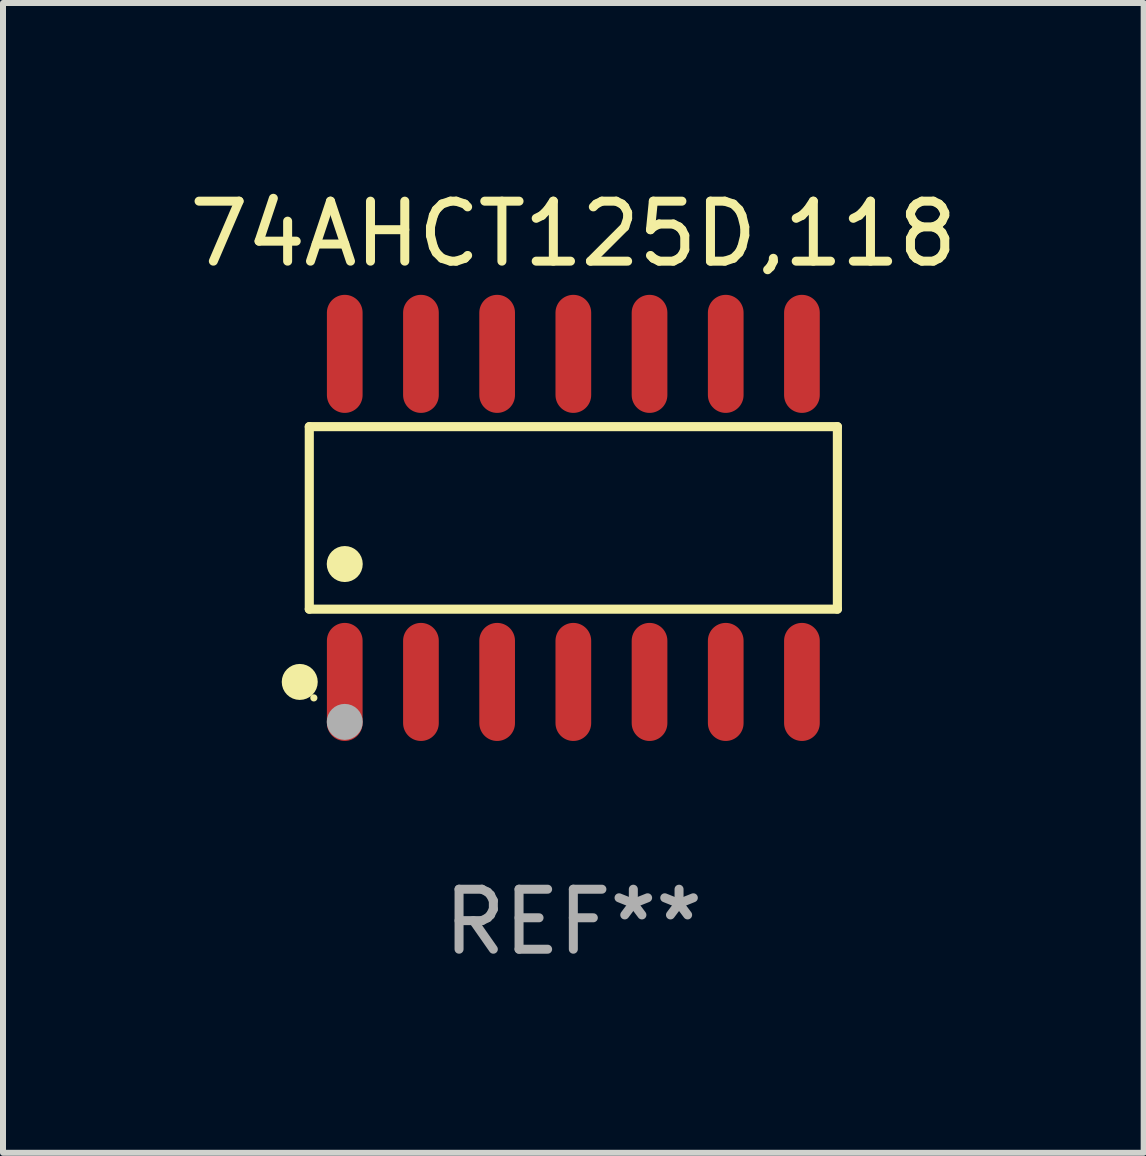
<source format=kicad_pcb>
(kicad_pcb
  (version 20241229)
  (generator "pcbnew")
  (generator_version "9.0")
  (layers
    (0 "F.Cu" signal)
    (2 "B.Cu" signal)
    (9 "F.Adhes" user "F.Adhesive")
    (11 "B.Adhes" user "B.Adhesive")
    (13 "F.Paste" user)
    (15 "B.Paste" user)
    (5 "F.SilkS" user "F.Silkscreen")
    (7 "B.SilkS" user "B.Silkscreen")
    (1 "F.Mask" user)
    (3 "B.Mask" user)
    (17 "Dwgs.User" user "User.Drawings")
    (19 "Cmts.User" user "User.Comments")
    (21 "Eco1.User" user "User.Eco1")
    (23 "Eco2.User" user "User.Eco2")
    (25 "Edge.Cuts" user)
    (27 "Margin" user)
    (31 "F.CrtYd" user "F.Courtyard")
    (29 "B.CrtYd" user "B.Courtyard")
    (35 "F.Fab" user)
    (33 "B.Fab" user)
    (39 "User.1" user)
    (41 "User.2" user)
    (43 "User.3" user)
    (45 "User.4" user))
  (footprint "74AHCT125D,118"
    (layer "F.Cu")
    (at 6.506 5.582)
    (property "Reference" "74AHCT125D,118" (at 0 -4.734 0) (layer "F.SilkS") (effects (font (size 1 1) (thickness 0.15))))
    (attr through_hole)
    (fp_line (start -4.401 -1.521) (end 4.401 -1.521) (stroke (width 0.152) (type solid)) (layer "F.SilkS"))
    (fp_line (start -4.401 1.521) (end -4.401 -1.521) (stroke (width 0.152) (type solid)) (layer "F.SilkS"))
    (fp_line (start 4.401 -1.521) (end 4.401 1.521) (stroke (width 0.152) (type solid)) (layer "F.SilkS"))
    (fp_line (start 4.401 1.521) (end -4.401 1.521) (stroke (width 0.152) (type solid)) (layer "F.SilkS"))
    (fp_circle (center -4.56 2.734) (end -4.41 2.734) (stroke (width 0.3) (type solid)) (fill no) (layer "F.SilkS"))
    (fp_circle (center -4.325 3) (end -4.295 3) (stroke (width 0.06) (type solid)) (fill no) (layer "F.SilkS"))
    (fp_circle (center -3.81 0.769) (end -3.66 0.769) (stroke (width 0.3) (type solid)) (fill no) (layer "F.SilkS"))
    (fp_circle (center -3.81 3.4) (end -3.66 3.4) (stroke (width 0.3) (type solid)) (fill no) (layer "F.Fab"))
    (fp_text user "REF**" (at 0 6.734 0) (layer "F.Fab") (effects (font (size 1 1) (thickness 0.15))))
    (pad "1" smd oval (at -3.81 2.734) (size 0.595 1.968) (layers "F.Cu" "F.Mask" "F.Paste"))
    (pad "2" smd oval (at -2.54 2.734) (size 0.595 1.968) (layers "F.Cu" "F.Mask" "F.Paste"))
    (pad "3" smd oval (at -1.27 2.734) (size 0.595 1.968) (layers "F.Cu" "F.Mask" "F.Paste"))
    (pad "4" smd oval (at 0 2.734) (size 0.595 1.968) (layers "F.Cu" "F.Mask" "F.Paste"))
    (pad "5" smd oval (at 1.27 2.734) (size 0.595 1.968) (layers "F.Cu" "F.Mask" "F.Paste"))
    (pad "6" smd oval (at 2.54 2.734) (size 0.595 1.968) (layers "F.Cu" "F.Mask" "F.Paste"))
    (pad "7" smd oval (at 3.81 2.734) (size 0.595 1.968) (layers "F.Cu" "F.Mask" "F.Paste"))
    (pad "8" smd oval (at 3.81 -2.734) (size 0.595 1.968) (layers "F.Cu" "F.Mask" "F.Paste"))
    (pad "9" smd oval (at 2.54 -2.734) (size 0.595 1.968) (layers "F.Cu" "F.Mask" "F.Paste"))
    (pad "10" smd oval (at 1.27 -2.734) (size 0.595 1.968) (layers "F.Cu" "F.Mask" "F.Paste"))
    (pad "11" smd oval (at 0 -2.734) (size 0.595 1.968) (layers "F.Cu" "F.Mask" "F.Paste"))
    (pad "12" smd oval (at -1.27 -2.734) (size 0.595 1.968) (layers "F.Cu" "F.Mask" "F.Paste"))
    (pad "13" smd oval (at -2.54 -2.734) (size 0.595 1.968) (layers "F.Cu" "F.Mask" "F.Paste"))
    (pad "14" smd oval (at -3.81 -2.734) (size 0.595 1.968) (layers "F.Cu" "F.Mask" "F.Paste")))
  (gr_rect
    (start -3 -3)
    (end 16.012 16.164)
    (stroke (width 0.1) (type default))
    (fill no)
    (layer "Edge.Cuts")))
</source>
